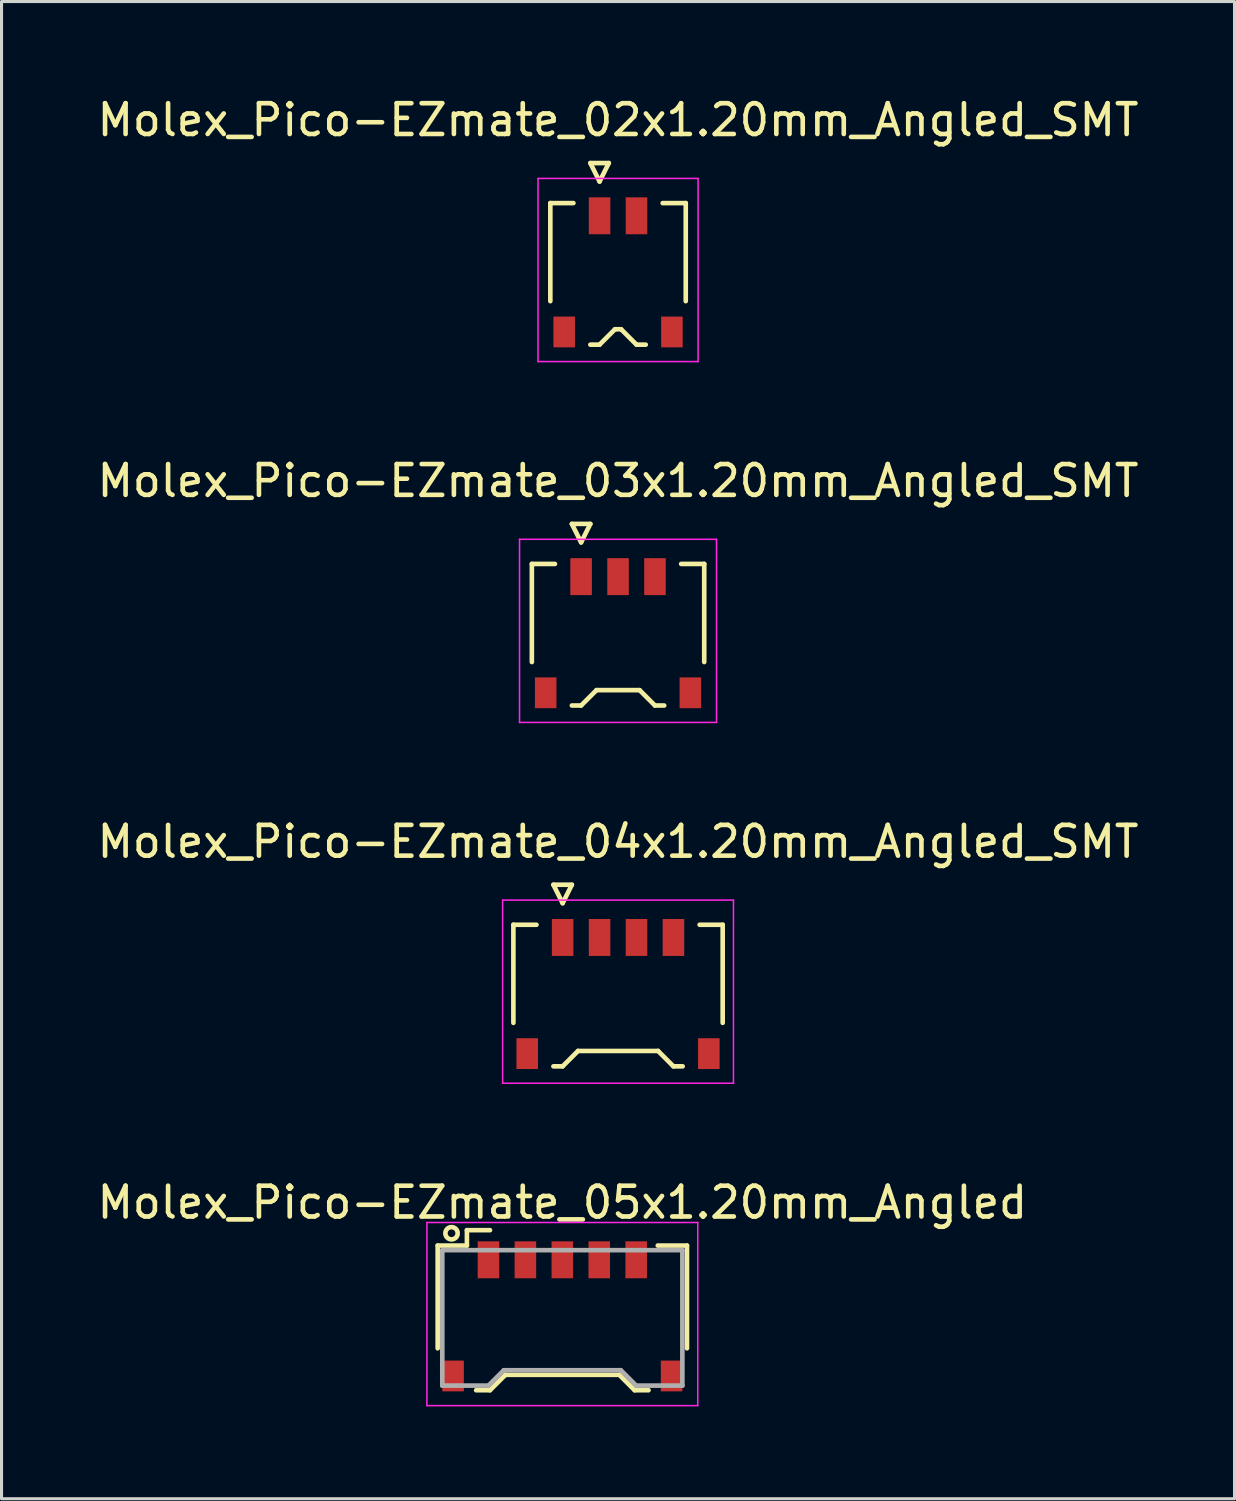
<source format=kicad_pcb>
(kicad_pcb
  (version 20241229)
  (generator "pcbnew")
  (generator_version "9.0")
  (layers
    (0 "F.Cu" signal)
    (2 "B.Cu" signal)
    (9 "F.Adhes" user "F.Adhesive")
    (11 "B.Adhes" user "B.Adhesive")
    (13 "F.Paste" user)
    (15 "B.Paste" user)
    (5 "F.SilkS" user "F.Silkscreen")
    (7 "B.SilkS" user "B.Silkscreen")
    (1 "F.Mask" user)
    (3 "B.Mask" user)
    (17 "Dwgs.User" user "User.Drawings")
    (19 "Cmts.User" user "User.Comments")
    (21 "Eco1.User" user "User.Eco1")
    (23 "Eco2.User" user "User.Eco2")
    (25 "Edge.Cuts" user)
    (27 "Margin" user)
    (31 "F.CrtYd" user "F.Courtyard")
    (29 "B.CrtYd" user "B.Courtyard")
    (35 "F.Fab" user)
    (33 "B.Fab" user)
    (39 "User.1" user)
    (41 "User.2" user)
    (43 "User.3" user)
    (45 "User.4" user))
  (footprint "Molex_Pico-EZmate_03x1.20mm_Angled_SMT"
    (layer "F.Cu")
    (at 17.03 17.572)
    (property "Reference" "Molex_Pico-EZmate_03x1.20mm_Angled_SMT" (at 0 -5 0) (layer "F.SilkS") (effects (font (size 1 1) (thickness 0.15))))
    (attr smd)
    (fp_line (start -2.8 -2.3) (end -2.8 0.887) (stroke (width 0.15) (type solid)) (layer "F.SilkS"))
    (fp_line (start -2.05 -2.3) (end -2.8 -2.3) (stroke (width 0.15) (type solid)) (layer "F.SilkS"))
    (fp_line (start -1.5 -3.6) (end -1.2 -3) (stroke (width 0.15) (type solid)) (layer "F.SilkS"))
    (fp_line (start -1.5 2.3) (end -1.2 2.3) (stroke (width 0.15) (type solid)) (layer "F.SilkS"))
    (fp_line (start -1.2 -3) (end -0.9 -3.6) (stroke (width 0.15) (type solid)) (layer "F.SilkS"))
    (fp_line (start -1.2 2.3) (end -0.7 1.8) (stroke (width 0.15) (type solid)) (layer "F.SilkS"))
    (fp_line (start -0.9 -3.6) (end -1.5 -3.6) (stroke (width 0.15) (type solid)) (layer "F.SilkS"))
    (fp_line (start -0.7 1.8) (end 0.7 1.8) (stroke (width 0.15) (type solid)) (layer "F.SilkS"))
    (fp_line (start 0.7 1.8) (end 1.2 2.3) (stroke (width 0.15) (type solid)) (layer "F.SilkS"))
    (fp_line (start 1.2 2.3) (end 1.5 2.3) (stroke (width 0.15) (type solid)) (layer "F.SilkS"))
    (fp_line (start 2.05 -2.3) (end 2.8 -2.3) (stroke (width 0.15) (type solid)) (layer "F.SilkS"))
    (fp_line (start 2.8 -2.3) (end 2.8 0.887) (stroke (width 0.15) (type solid)) (layer "F.SilkS"))
    (fp_line (start -3.2 -3.1) (end -3.2 2.85) (stroke (width 0.05) (type solid)) (layer "F.CrtYd"))
    (fp_line (start -3.2 2.85) (end 3.2 2.85) (stroke (width 0.05) (type solid)) (layer "F.CrtYd"))
    (fp_line (start 3.2 -3.1) (end -3.2 -3.1) (stroke (width 0.05) (type solid)) (layer "F.CrtYd"))
    (fp_line (start 3.2 2.85) (end 3.2 -3.1) (stroke (width 0.05) (type solid)) (layer "F.CrtYd"))
    (pad "" smd rect (at -2.35 1.887) (size 0.7 1) (layers "F.Cu" "F.Mask" "F.Paste"))
    (pad "" smd rect (at 2.35 1.887) (size 0.7 1) (layers "F.Cu" "F.Mask" "F.Paste"))
    (pad "1" smd rect (at -1.2 -1.887) (size 0.7 1.2) (layers "F.Cu" "F.Mask" "F.Paste"))
    (pad "2" smd rect (at 0 -1.887) (size 0.7 1.2) (layers "F.Cu" "F.Mask" "F.Paste"))
    (pad "3" smd rect (at 1.2 -1.887) (size 0.7 1.2) (layers "F.Cu" "F.Mask" "F.Paste")))
  (footprint "Molex_Pico-EZmate_05x1.20mm_Angled"
    (layer "F.Cu")
    (at 15.22 39.768)
    (property "Reference" "Molex_Pico-EZmate_05x1.20mm_Angled" (at 0 -3.75 0) (layer "F.SilkS") (effects (font (size 1 1) (thickness 0.15))))
    (attr smd)
    (fp_line (start -4.05 -2.35) (end -4.05 0.988) (stroke (width 0.15) (type solid)) (layer "F.SilkS"))
    (fp_line (start -3.1 -2.85) (end -2.35 -2.85) (stroke (width 0.15) (type solid)) (layer "F.SilkS"))
    (fp_line (start -3.1 -2.35) (end -4.05 -2.35) (stroke (width 0.15) (type solid)) (layer "F.SilkS"))
    (fp_line (start -3.1 -2.35) (end -3.1 -2.85) (stroke (width 0.15) (type solid)) (layer "F.SilkS"))
    (fp_line (start -2.8 2.35) (end -2.35 2.35) (stroke (width 0.15) (type solid)) (layer "F.SilkS"))
    (fp_line (start -2.35 2.35) (end -1.85 1.85) (stroke (width 0.15) (type solid)) (layer "F.SilkS"))
    (fp_line (start -1.85 1.85) (end 1.85 1.85) (stroke (width 0.15) (type solid)) (layer "F.SilkS"))
    (fp_line (start 1.85 1.85) (end 2.35 2.35) (stroke (width 0.15) (type solid)) (layer "F.SilkS"))
    (fp_line (start 2.35 2.35) (end 2.8 2.35) (stroke (width 0.15) (type solid)) (layer "F.SilkS"))
    (fp_line (start 3.1 -2.35) (end 4.05 -2.35) (stroke (width 0.15) (type solid)) (layer "F.SilkS"))
    (fp_line (start 4.05 -2.35) (end 4.05 0.988) (stroke (width 0.15) (type solid)) (layer "F.SilkS"))
    (fp_circle (center -3.6 -2.75) (end -3.4 -2.75) (stroke (width 0.15) (type solid)) (fill no) (layer "F.SilkS"))
    (fp_line (start -4.4 -3.1) (end -4.4 2.85) (stroke (width 0.05) (type solid)) (layer "F.CrtYd"))
    (fp_line (start -4.4 2.85) (end 4.4 2.85) (stroke (width 0.05) (type solid)) (layer "F.CrtYd"))
    (fp_line (start 4.4 -3.1) (end -4.4 -3.1) (stroke (width 0.05) (type solid)) (layer "F.CrtYd"))
    (fp_line (start 4.4 2.85) (end 4.4 -3.1) (stroke (width 0.05) (type solid)) (layer "F.CrtYd"))
    (fp_line (start -3.9 -2.2) (end -3.9 2.2) (stroke (width 0.15) (type solid)) (layer "F.Fab"))
    (fp_line (start -3.9 2.2) (end -2.4 2.2) (stroke (width 0.15) (type solid)) (layer "F.Fab"))
    (fp_line (start -2.4 2.2) (end -1.9 1.7) (stroke (width 0.15) (type solid)) (layer "F.Fab"))
    (fp_line (start -1.9 1.7) (end 1.9 1.7) (stroke (width 0.15) (type solid)) (layer "F.Fab"))
    (fp_line (start 1.9 1.7) (end 2.4 2.2) (stroke (width 0.15) (type solid)) (layer "F.Fab"))
    (fp_line (start 2.4 2.2) (end 3.9 2.2) (stroke (width 0.15) (type solid)) (layer "F.Fab"))
    (fp_line (start 3.9 -2.2) (end -3.9 -2.2) (stroke (width 0.15) (type solid)) (layer "F.Fab"))
    (fp_line (start 3.9 2.2) (end 3.9 -2.2) (stroke (width 0.15) (type solid)) (layer "F.Fab"))
    (pad "" smd rect (at -3.55 1.887) (size 0.7 1) (layers "F.Cu" "F.Mask" "F.Paste"))
    (pad "" smd rect (at 3.55 1.887) (size 0.7 1) (layers "F.Cu" "F.Mask" "F.Paste"))
    (pad "1" smd rect (at -2.4 -1.887) (size 0.7 1.2) (layers "F.Cu" "F.Mask" "F.Paste"))
    (pad "2" smd rect (at -1.2 -1.887) (size 0.7 1.2) (layers "F.Cu" "F.Mask" "F.Paste"))
    (pad "3" smd rect (at 0 -1.887) (size 0.7 1.2) (layers "F.Cu" "F.Mask" "F.Paste"))
    (pad "4" smd rect (at 1.2 -1.887) (size 0.7 1.2) (layers "F.Cu" "F.Mask" "F.Paste"))
    (pad "5" smd rect (at 2.4 -1.887) (size 0.7 1.2) (layers "F.Cu" "F.Mask" "F.Paste")))
  (footprint "Molex_Pico-EZmate_04x1.20mm_Angled_SMT"
    (layer "F.Cu")
    (at 17.03 29.295)
    (property "Reference" "Molex_Pico-EZmate_04x1.20mm_Angled_SMT" (at 0 -5 0) (layer "F.SilkS") (effects (font (size 1 1) (thickness 0.15))))
    (attr smd)
    (fp_line (start -3.4 -2.3) (end -3.4 0.887) (stroke (width 0.15) (type solid)) (layer "F.SilkS"))
    (fp_line (start -2.65 -2.3) (end -3.4 -2.3) (stroke (width 0.15) (type solid)) (layer "F.SilkS"))
    (fp_line (start -2.1 -3.6) (end -1.8 -3) (stroke (width 0.15) (type solid)) (layer "F.SilkS"))
    (fp_line (start -2.1 2.3) (end -1.8 2.3) (stroke (width 0.15) (type solid)) (layer "F.SilkS"))
    (fp_line (start -1.8 -3) (end -1.5 -3.6) (stroke (width 0.15) (type solid)) (layer "F.SilkS"))
    (fp_line (start -1.8 2.3) (end -1.3 1.8) (stroke (width 0.15) (type solid)) (layer "F.SilkS"))
    (fp_line (start -1.5 -3.6) (end -2.1 -3.6) (stroke (width 0.15) (type solid)) (layer "F.SilkS"))
    (fp_line (start -1.3 1.8) (end 1.3 1.8) (stroke (width 0.15) (type solid)) (layer "F.SilkS"))
    (fp_line (start 1.3 1.8) (end 1.8 2.3) (stroke (width 0.15) (type solid)) (layer "F.SilkS"))
    (fp_line (start 1.8 2.3) (end 2.1 2.3) (stroke (width 0.15) (type solid)) (layer "F.SilkS"))
    (fp_line (start 2.65 -2.3) (end 3.4 -2.3) (stroke (width 0.15) (type solid)) (layer "F.SilkS"))
    (fp_line (start 3.4 -2.3) (end 3.4 0.887) (stroke (width 0.15) (type solid)) (layer "F.SilkS"))
    (fp_line (start -3.75 -3.1) (end -3.75 2.85) (stroke (width 0.05) (type solid)) (layer "F.CrtYd"))
    (fp_line (start -3.75 2.85) (end 3.75 2.85) (stroke (width 0.05) (type solid)) (layer "F.CrtYd"))
    (fp_line (start 3.75 -3.1) (end -3.75 -3.1) (stroke (width 0.05) (type solid)) (layer "F.CrtYd"))
    (fp_line (start 3.75 2.85) (end 3.75 -3.1) (stroke (width 0.05) (type solid)) (layer "F.CrtYd"))
    (pad "" smd rect (at -2.95 1.887) (size 0.7 1) (layers "F.Cu" "F.Mask" "F.Paste"))
    (pad "" smd rect (at 2.95 1.887) (size 0.7 1) (layers "F.Cu" "F.Mask" "F.Paste"))
    (pad "1" smd rect (at -1.8 -1.887) (size 0.7 1.2) (layers "F.Cu" "F.Mask" "F.Paste"))
    (pad "2" smd rect (at -0.6 -1.887) (size 0.7 1.2) (layers "F.Cu" "F.Mask" "F.Paste"))
    (pad "3" smd rect (at 0.6 -1.887) (size 0.7 1.2) (layers "F.Cu" "F.Mask" "F.Paste"))
    (pad "4" smd rect (at 1.8 -1.887) (size 0.7 1.2) (layers "F.Cu" "F.Mask" "F.Paste")))
  (footprint "Molex_Pico-EZmate_02x1.20mm_Angled_SMT"
    (layer "F.Cu")
    (at 17.03 5.848)
    (property "Reference" "Molex_Pico-EZmate_02x1.20mm_Angled_SMT" (at 0 -5 0) (layer "F.SilkS") (effects (font (size 1 1) (thickness 0.15))))
    (attr smd)
    (fp_line (start -2.2 -2.3) (end -2.2 0.887) (stroke (width 0.15) (type solid)) (layer "F.SilkS"))
    (fp_line (start -1.45 -2.3) (end -2.2 -2.3) (stroke (width 0.15) (type solid)) (layer "F.SilkS"))
    (fp_line (start -0.9 -3.6) (end -0.6 -3) (stroke (width 0.15) (type solid)) (layer "F.SilkS"))
    (fp_line (start -0.9 2.3) (end -0.6 2.3) (stroke (width 0.15) (type solid)) (layer "F.SilkS"))
    (fp_line (start -0.6 -3) (end -0.3 -3.6) (stroke (width 0.15) (type solid)) (layer "F.SilkS"))
    (fp_line (start -0.6 2.3) (end -0.1 1.8) (stroke (width 0.15) (type solid)) (layer "F.SilkS"))
    (fp_line (start -0.3 -3.6) (end -0.9 -3.6) (stroke (width 0.15) (type solid)) (layer "F.SilkS"))
    (fp_line (start -0.1 1.8) (end 0.1 1.8) (stroke (width 0.15) (type solid)) (layer "F.SilkS"))
    (fp_line (start 0.1 1.8) (end 0.6 2.3) (stroke (width 0.15) (type solid)) (layer "F.SilkS"))
    (fp_line (start 0.6 2.3) (end 0.9 2.3) (stroke (width 0.15) (type solid)) (layer "F.SilkS"))
    (fp_line (start 1.45 -2.3) (end 2.2 -2.3) (stroke (width 0.15) (type solid)) (layer "F.SilkS"))
    (fp_line (start 2.2 -2.3) (end 2.2 0.887) (stroke (width 0.15) (type solid)) (layer "F.SilkS"))
    (fp_line (start -2.6 -3.1) (end -2.6 2.85) (stroke (width 0.05) (type solid)) (layer "F.CrtYd"))
    (fp_line (start -2.6 2.85) (end 2.6 2.85) (stroke (width 0.05) (type solid)) (layer "F.CrtYd"))
    (fp_line (start 2.6 -3.1) (end -2.6 -3.1) (stroke (width 0.05) (type solid)) (layer "F.CrtYd"))
    (fp_line (start 2.6 2.85) (end 2.6 -3.1) (stroke (width 0.05) (type solid)) (layer "F.CrtYd"))
    (pad "" smd rect (at -1.75 1.887) (size 0.7 1) (layers "F.Cu" "F.Mask" "F.Paste"))
    (pad "" smd rect (at 1.75 1.887) (size 0.7 1) (layers "F.Cu" "F.Mask" "F.Paste"))
    (pad "1" smd rect (at -0.6 -1.887) (size 0.7 1.2) (layers "F.Cu" "F.Mask" "F.Paste"))
    (pad "2" smd rect (at 0.6 -1.887) (size 0.7 1.2) (layers "F.Cu" "F.Mask" "F.Paste")))
  (gr_rect
    (start -3 -3)
    (end 37.06 45.643)
    (stroke (width 0.1) (type default))
    (fill no)
    (layer "Edge.Cuts")))
</source>
